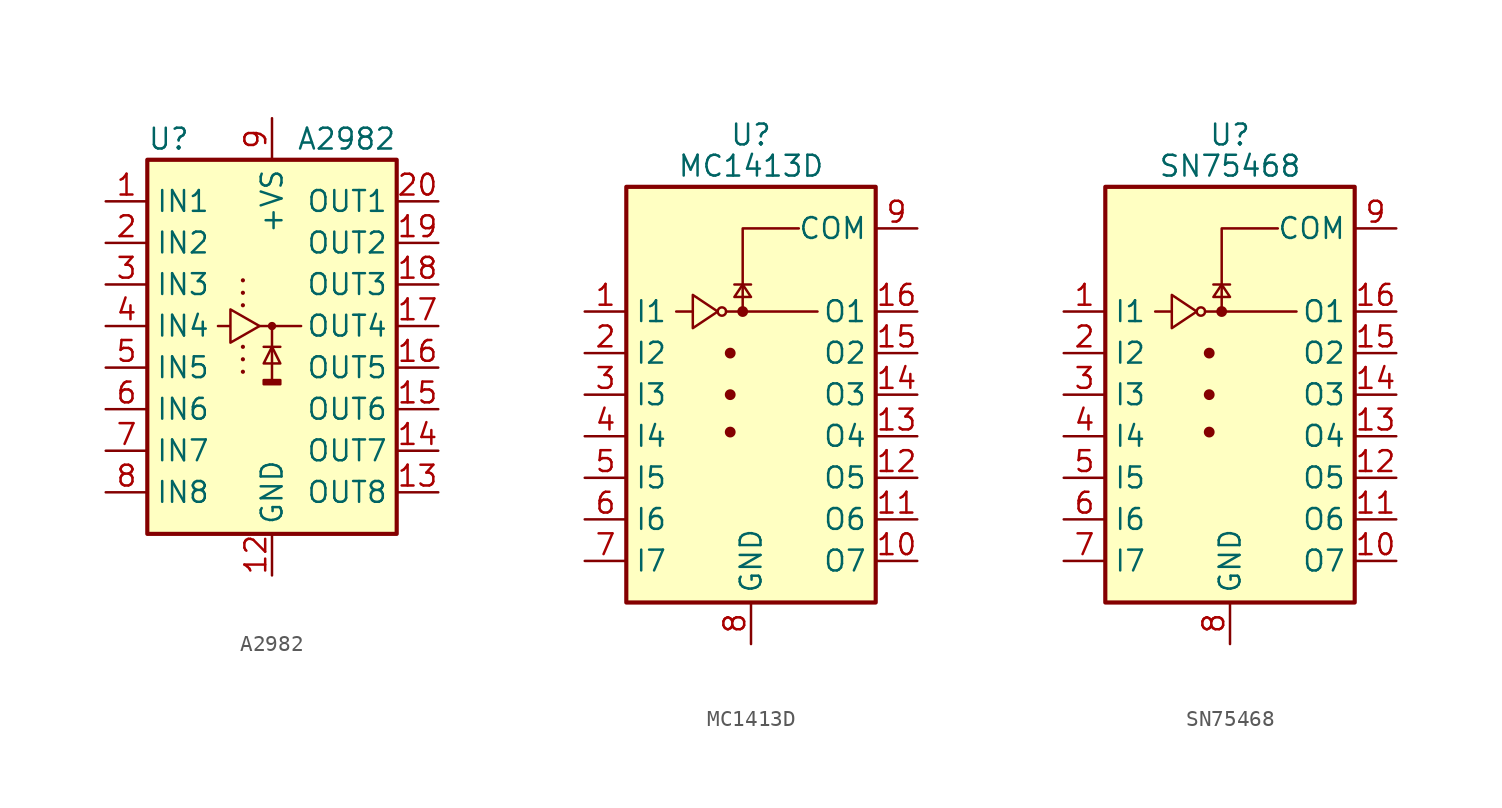
<source format=kicad_sym>
(kicad_symbol_lib
  (version 20201005)
  (generator kicad_symbol_editor)
  (symbol "Transistor_Array:A2982"
    (property "Reference" "U"
      (at -7.62 11.43 0)
      (effects (font (size 1.27 1.27)) (justify left)))
    (property "Value" "A2982"
      (at 7.62 11.43 0)
      (effects (font (size 1.27 1.27)) (justify right)))
    (symbol "A2982_0_1"
      (rectangle (start -0.508 -3.302) (end 0.508 -3.556) (stroke (width 0)) (fill (type outline)))
      (rectangle (start -7.62 10.16) (end 7.62 -12.7) (stroke (width 0.254)) (fill (type background)))
      (polyline (pts (xy -1.778 -2.794) (xy -1.778 -2.794)) (stroke (width 0.254)) (fill (type none)))
      (polyline (pts (xy -1.778 -2.032) (xy -1.778 -2.032)) (stroke (width 0.254)) (fill (type none)))
      (polyline (pts (xy -1.778 -1.27) (xy -1.778 -1.27)) (stroke (width 0.254)) (fill (type none)))
      (polyline (pts (xy -1.778 1.27) (xy -1.778 1.27)) (stroke (width 0.254)) (fill (type none)))
      (polyline (pts (xy -1.778 2.032) (xy -1.778 2.032)) (stroke (width 0.254)) (fill (type none)))
      (polyline (pts (xy -1.778 2.794) (xy -1.778 2.794)) (stroke (width 0.254)) (fill (type none)))
      (polyline (pts (xy -0.762 0) (xy 1.778 0)) (stroke (width 0)) (fill (type none)))
      (polyline (pts (xy -0.508 -1.27) (xy 0.508 -1.27)) (stroke (width 0)) (fill (type none)))
      (polyline (pts (xy 0 0) (xy 0 -3.302)) (stroke (width 0)) (fill (type none)))
      (polyline (pts (xy 0 0) (xy 0 0)) (stroke (width 0.508)) (fill (type none)))
      (polyline (pts (xy 0 -1.27) (xy -0.508 -2.286) (xy 0.508 -2.286) (xy 0 -1.27)) (stroke (width 0)) (fill (type none)))
      (polyline (pts (xy -3.302 0) (xy -2.54 0) (xy -2.54 1.016) (xy -0.762 0) (xy -2.54 -1.016) (xy -2.54 0)) (stroke (width 0)) (fill (type none))))
    (symbol "A2982_1_1"
      (pin input line (at -10.16 7.62 0) (length 2.54) (name "IN1" (effects (font (size 1.27 1.27)))) (number "1" (effects (font (size 1.27 1.27)))))
      (pin no_connect line (at -2.54 -12.7 90) (length 2.54) hide (name "NC" (effects (font (size 1.27 1.27)))) (number "10" (effects (font (size 1.27 1.27)))))
      (pin no_connect line (at 2.54 -12.7 90) (length 2.54) hide (name "NC" (effects (font (size 1.27 1.27)))) (number "11" (effects (font (size 1.27 1.27)))))
      (pin power_in line (at 0 -15.24 90) (length 2.54) (name "GND" (effects (font (size 1.27 1.27)))) (number "12" (effects (font (size 1.27 1.27)))))
      (pin open_emitter line (at 10.16 -10.16 180) (length 2.54) (name "OUT8" (effects (font (size 1.27 1.27)))) (number "13" (effects (font (size 1.27 1.27)))))
      (pin open_emitter line (at 10.16 -7.62 180) (length 2.54) (name "OUT7" (effects (font (size 1.27 1.27)))) (number "14" (effects (font (size 1.27 1.27)))))
      (pin open_emitter line (at 10.16 -5.08 180) (length 2.54) (name "OUT6" (effects (font (size 1.27 1.27)))) (number "15" (effects (font (size 1.27 1.27)))))
      (pin open_emitter line (at 10.16 -2.54 180) (length 2.54) (name "OUT5" (effects (font (size 1.27 1.27)))) (number "16" (effects (font (size 1.27 1.27)))))
      (pin open_emitter line (at 10.16 0 180) (length 2.54) (name "OUT4" (effects (font (size 1.27 1.27)))) (number "17" (effects (font (size 1.27 1.27)))))
      (pin open_emitter line (at 10.16 2.54 180) (length 2.54) (name "OUT3" (effects (font (size 1.27 1.27)))) (number "18" (effects (font (size 1.27 1.27)))))
      (pin open_emitter line (at 10.16 5.08 180) (length 2.54) (name "OUT2" (effects (font (size 1.27 1.27)))) (number "19" (effects (font (size 1.27 1.27)))))
      (pin input line (at -10.16 5.08 0) (length 2.54) (name "IN2" (effects (font (size 1.27 1.27)))) (number "2" (effects (font (size 1.27 1.27)))))
      (pin open_emitter line (at 10.16 7.62 180) (length 2.54) (name "OUT1" (effects (font (size 1.27 1.27)))) (number "20" (effects (font (size 1.27 1.27)))))
      (pin input line (at -10.16 2.54 0) (length 2.54) (name "IN3" (effects (font (size 1.27 1.27)))) (number "3" (effects (font (size 1.27 1.27)))))
      (pin input line (at -10.16 0 0) (length 2.54) (name "IN4" (effects (font (size 1.27 1.27)))) (number "4" (effects (font (size 1.27 1.27)))))
      (pin input line (at -10.16 -2.54 0) (length 2.54) (name "IN5" (effects (font (size 1.27 1.27)))) (number "5" (effects (font (size 1.27 1.27)))))
      (pin input line (at -10.16 -5.08 0) (length 2.54) (name "IN6" (effects (font (size 1.27 1.27)))) (number "6" (effects (font (size 1.27 1.27)))))
      (pin input line (at -10.16 -7.62 0) (length 2.54) (name "IN7" (effects (font (size 1.27 1.27)))) (number "7" (effects (font (size 1.27 1.27)))))
      (pin input line (at -10.16 -10.16 0) (length 2.54) (name "IN8" (effects (font (size 1.27 1.27)))) (number "8" (effects (font (size 1.27 1.27)))))
      (pin power_in line (at 0 12.7 270) (length 2.54) (name "+VS" (effects (font (size 1.27 1.27)))) (number "9" (effects (font (size 1.27 1.27)))))))
  (symbol "Transistor_Array:MC1413D"
    (property "Reference" "U"
      (at 0 15.875 0)
      (effects (font (size 1.27 1.27))))
    (property "Value" "MC1413D"
      (at 0 13.97 0)
      (effects (font (size 1.27 1.27))))
    (symbol "MC1413D_0_1"
      (circle (center -1.778 5.08) (radius 0.254) (stroke (width 0)) (fill (type none)))
      (circle (center -1.27 -2.286) (radius 0.254) (stroke (width 0)) (fill (type outline)))
      (circle (center -1.27 0) (radius 0.254) (stroke (width 0)) (fill (type outline)))
      (circle (center -1.27 2.54) (radius 0.254) (stroke (width 0)) (fill (type outline)))
      (circle (center -0.508 5.08) (radius 0.254) (stroke (width 0)) (fill (type outline)))
      (rectangle (start -7.62 -12.7) (end 7.62 12.7) (stroke (width 0.254)) (fill (type background)))
      (polyline (pts (xy -4.572 5.08) (xy -3.556 5.08)) (stroke (width 0)) (fill (type none)))
      (polyline (pts (xy -1.524 5.08) (xy 4.064 5.08)) (stroke (width 0)) (fill (type none)))
      (polyline (pts (xy 0 6.731) (xy -1.016 6.731)) (stroke (width 0)) (fill (type none)))
      (polyline (pts (xy -0.508 5.08) (xy -0.508 10.16) (xy 2.921 10.16)) (stroke (width 0)) (fill (type none)))
      (polyline (pts (xy -3.556 6.096) (xy -3.556 4.064) (xy -2.032 5.08) (xy -3.556 6.096)) (stroke (width 0)) (fill (type none)))
      (polyline (pts (xy 0 5.969) (xy -1.016 5.969) (xy -0.508 6.731) (xy 0 5.969)) (stroke (width 0)) (fill (type none))))
    (symbol "MC1413D_1_1"
      (pin input line (at -10.16 5.08 0) (length 2.54) (name "I1" (effects (font (size 1.27 1.27)))) (number "1" (effects (font (size 1.27 1.27)))))
      (pin open_collector line (at 10.16 -10.16 180) (length 2.54) (name "O7" (effects (font (size 1.27 1.27)))) (number "10" (effects (font (size 1.27 1.27)))))
      (pin open_collector line (at 10.16 -7.62 180) (length 2.54) (name "O6" (effects (font (size 1.27 1.27)))) (number "11" (effects (font (size 1.27 1.27)))))
      (pin open_collector line (at 10.16 -5.08 180) (length 2.54) (name "O5" (effects (font (size 1.27 1.27)))) (number "12" (effects (font (size 1.27 1.27)))))
      (pin open_collector line (at 10.16 -2.54 180) (length 2.54) (name "O4" (effects (font (size 1.27 1.27)))) (number "13" (effects (font (size 1.27 1.27)))))
      (pin open_collector line (at 10.16 0 180) (length 2.54) (name "O3" (effects (font (size 1.27 1.27)))) (number "14" (effects (font (size 1.27 1.27)))))
      (pin open_collector line (at 10.16 2.54 180) (length 2.54) (name "O2" (effects (font (size 1.27 1.27)))) (number "15" (effects (font (size 1.27 1.27)))))
      (pin open_collector line (at 10.16 5.08 180) (length 2.54) (name "O1" (effects (font (size 1.27 1.27)))) (number "16" (effects (font (size 1.27 1.27)))))
      (pin input line (at -10.16 2.54 0) (length 2.54) (name "I2" (effects (font (size 1.27 1.27)))) (number "2" (effects (font (size 1.27 1.27)))))
      (pin input line (at -10.16 0 0) (length 2.54) (name "I3" (effects (font (size 1.27 1.27)))) (number "3" (effects (font (size 1.27 1.27)))))
      (pin input line (at -10.16 -2.54 0) (length 2.54) (name "I4" (effects (font (size 1.27 1.27)))) (number "4" (effects (font (size 1.27 1.27)))))
      (pin input line (at -10.16 -5.08 0) (length 2.54) (name "I5" (effects (font (size 1.27 1.27)))) (number "5" (effects (font (size 1.27 1.27)))))
      (pin input line (at -10.16 -7.62 0) (length 2.54) (name "I6" (effects (font (size 1.27 1.27)))) (number "6" (effects (font (size 1.27 1.27)))))
      (pin input line (at -10.16 -10.16 0) (length 2.54) (name "I7" (effects (font (size 1.27 1.27)))) (number "7" (effects (font (size 1.27 1.27)))))
      (pin power_in line (at 0 -15.24 90) (length 2.54) (name "GND" (effects (font (size 1.27 1.27)))) (number "8" (effects (font (size 1.27 1.27)))))
      (pin passive line (at 10.16 10.16 180) (length 2.54) (name "COM" (effects (font (size 1.27 1.27)))) (number "9" (effects (font (size 1.27 1.27)))))))
  (symbol "Transistor_Array:SN75468"
    (property "Reference" "U"
      (at 0 15.875 0)
      (effects (font (size 1.27 1.27))))
    (property "Value" "SN75468"
      (at 0 13.97 0)
      (effects (font (size 1.27 1.27))))
    (symbol "SN75468_0_1"
      (circle (center -1.778 5.08) (radius 0.254) (stroke (width 0)) (fill (type none)))
      (circle (center -1.27 -2.286) (radius 0.254) (stroke (width 0)) (fill (type outline)))
      (circle (center -1.27 0) (radius 0.254) (stroke (width 0)) (fill (type outline)))
      (circle (center -1.27 2.54) (radius 0.254) (stroke (width 0)) (fill (type outline)))
      (circle (center -0.508 5.08) (radius 0.254) (stroke (width 0)) (fill (type outline)))
      (rectangle (start -7.62 -12.7) (end 7.62 12.7) (stroke (width 0.254)) (fill (type background)))
      (polyline (pts (xy -4.572 5.08) (xy -3.556 5.08)) (stroke (width 0)) (fill (type none)))
      (polyline (pts (xy -1.524 5.08) (xy 4.064 5.08)) (stroke (width 0)) (fill (type none)))
      (polyline (pts (xy 0 6.731) (xy -1.016 6.731)) (stroke (width 0)) (fill (type none)))
      (polyline (pts (xy -0.508 5.08) (xy -0.508 10.16) (xy 2.921 10.16)) (stroke (width 0)) (fill (type none)))
      (polyline (pts (xy -3.556 6.096) (xy -3.556 4.064) (xy -2.032 5.08) (xy -3.556 6.096)) (stroke (width 0)) (fill (type none)))
      (polyline (pts (xy 0 5.969) (xy -1.016 5.969) (xy -0.508 6.731) (xy 0 5.969)) (stroke (width 0)) (fill (type none))))
    (symbol "SN75468_1_1"
      (pin input line (at -10.16 5.08 0) (length 2.54) (name "I1" (effects (font (size 1.27 1.27)))) (number "1" (effects (font (size 1.27 1.27)))))
      (pin open_collector line (at 10.16 -10.16 180) (length 2.54) (name "O7" (effects (font (size 1.27 1.27)))) (number "10" (effects (font (size 1.27 1.27)))))
      (pin open_collector line (at 10.16 -7.62 180) (length 2.54) (name "O6" (effects (font (size 1.27 1.27)))) (number "11" (effects (font (size 1.27 1.27)))))
      (pin open_collector line (at 10.16 -5.08 180) (length 2.54) (name "O5" (effects (font (size 1.27 1.27)))) (number "12" (effects (font (size 1.27 1.27)))))
      (pin open_collector line (at 10.16 -2.54 180) (length 2.54) (name "O4" (effects (font (size 1.27 1.27)))) (number "13" (effects (font (size 1.27 1.27)))))
      (pin open_collector line (at 10.16 0 180) (length 2.54) (name "O3" (effects (font (size 1.27 1.27)))) (number "14" (effects (font (size 1.27 1.27)))))
      (pin open_collector line (at 10.16 2.54 180) (length 2.54) (name "O2" (effects (font (size 1.27 1.27)))) (number "15" (effects (font (size 1.27 1.27)))))
      (pin open_collector line (at 10.16 5.08 180) (length 2.54) (name "O1" (effects (font (size 1.27 1.27)))) (number "16" (effects (font (size 1.27 1.27)))))
      (pin input line (at -10.16 2.54 0) (length 2.54) (name "I2" (effects (font (size 1.27 1.27)))) (number "2" (effects (font (size 1.27 1.27)))))
      (pin input line (at -10.16 0 0) (length 2.54) (name "I3" (effects (font (size 1.27 1.27)))) (number "3" (effects (font (size 1.27 1.27)))))
      (pin input line (at -10.16 -2.54 0) (length 2.54) (name "I4" (effects (font (size 1.27 1.27)))) (number "4" (effects (font (size 1.27 1.27)))))
      (pin input line (at -10.16 -5.08 0) (length 2.54) (name "I5" (effects (font (size 1.27 1.27)))) (number "5" (effects (font (size 1.27 1.27)))))
      (pin input line (at -10.16 -7.62 0) (length 2.54) (name "I6" (effects (font (size 1.27 1.27)))) (number "6" (effects (font (size 1.27 1.27)))))
      (pin input line (at -10.16 -10.16 0) (length 2.54) (name "I7" (effects (font (size 1.27 1.27)))) (number "7" (effects (font (size 1.27 1.27)))))
      (pin power_in line (at 0 -15.24 90) (length 2.54) (name "GND" (effects (font (size 1.27 1.27)))) (number "8" (effects (font (size 1.27 1.27)))))
      (pin passive line (at 10.16 10.16 180) (length 2.54) (name "COM" (effects (font (size 1.27 1.27)))) (number "9" (effects (font (size 1.27 1.27))))))))
</source>
